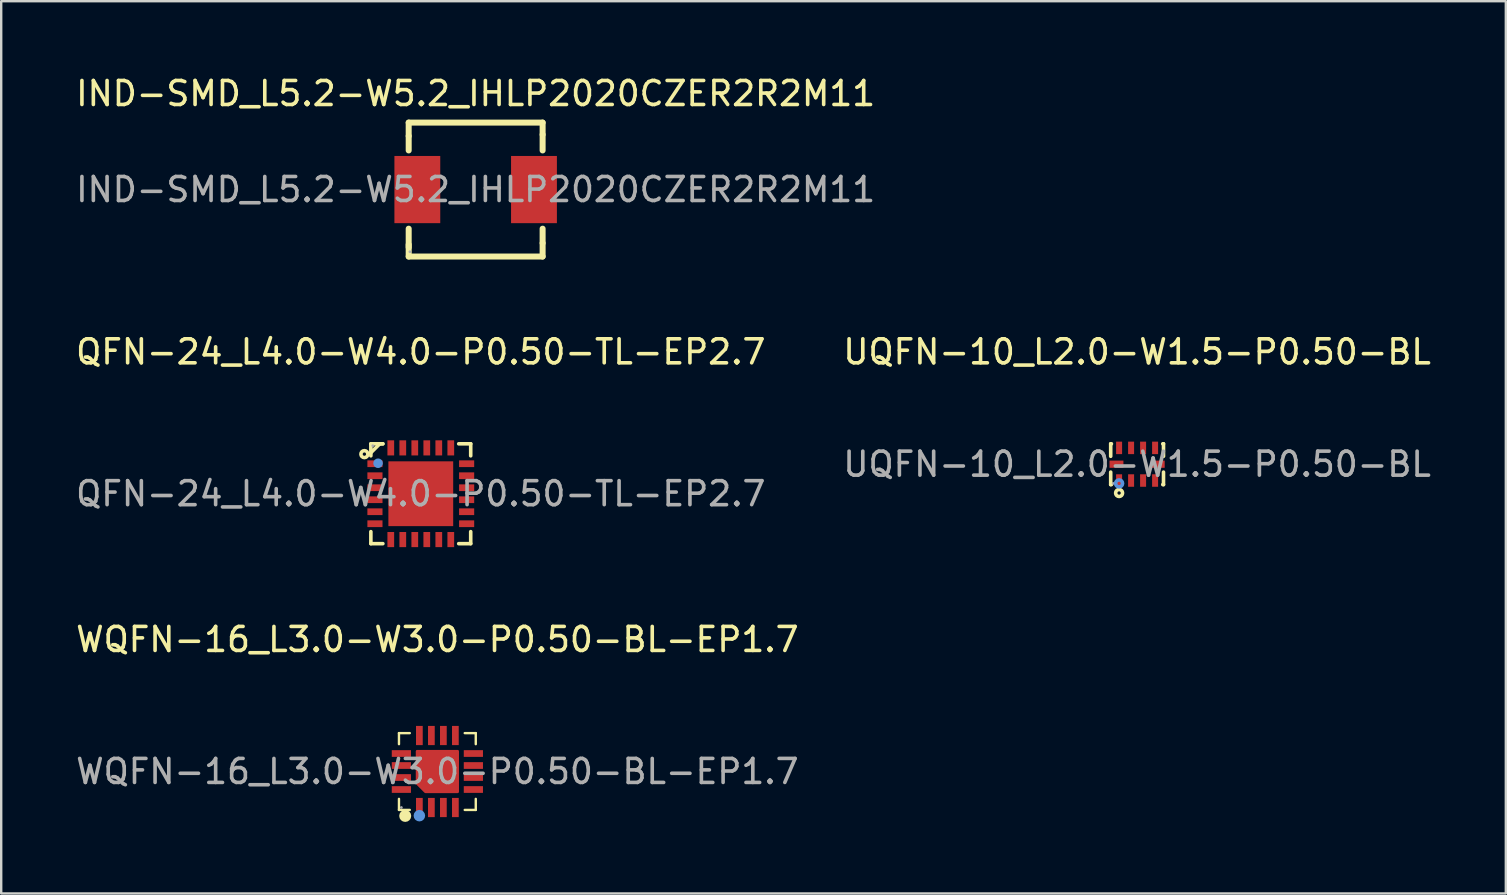
<source format=kicad_pcb>
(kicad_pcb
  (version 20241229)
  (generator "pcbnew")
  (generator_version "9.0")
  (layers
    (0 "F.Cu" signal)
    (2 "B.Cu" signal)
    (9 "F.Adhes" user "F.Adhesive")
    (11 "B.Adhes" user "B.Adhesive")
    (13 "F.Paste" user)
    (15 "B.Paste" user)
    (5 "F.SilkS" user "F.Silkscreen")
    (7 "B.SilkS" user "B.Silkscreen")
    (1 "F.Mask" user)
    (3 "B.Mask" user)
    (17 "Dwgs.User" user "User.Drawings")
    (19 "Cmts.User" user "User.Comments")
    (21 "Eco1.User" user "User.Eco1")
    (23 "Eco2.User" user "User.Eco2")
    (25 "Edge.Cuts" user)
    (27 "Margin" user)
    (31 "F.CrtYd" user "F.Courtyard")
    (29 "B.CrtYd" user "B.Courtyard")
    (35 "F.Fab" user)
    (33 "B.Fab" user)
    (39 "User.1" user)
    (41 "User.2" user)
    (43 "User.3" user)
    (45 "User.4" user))
  (footprint "QFN-24_L4.0-W4.0-P0.50-TL-EP2.7"
    (layer "F.Cu")
    (at 14.482 17.521)
    (property "Reference" "QFN-24_L4.0-W4.0-P0.50-TL-EP2.7" (at 0 -5.91 0) (layer "F.SilkS") (effects (font (size 1 1) (thickness 0.15))))
    (attr smd)
    (fp_line (start -2.08 -2.08) (end -2.08 -1.58) (stroke (width 0.15) (type solid)) (layer "F.SilkS"))
    (fp_line (start -2.08 2.08) (end -2.08 1.58) (stroke (width 0.15) (type solid)) (layer "F.SilkS"))
    (fp_line (start -1.71 -2.08) (end -2.08 -1.71) (stroke (width 0.15) (type solid)) (layer "F.SilkS"))
    (fp_line (start -1.58 -2.08) (end -2.08 -2.08) (stroke (width 0.15) (type solid)) (layer "F.SilkS"))
    (fp_line (start -1.58 -2.08) (end -1.71 -2.08) (stroke (width 0.15) (type solid)) (layer "F.SilkS"))
    (fp_line (start -1.58 2.08) (end -2.08 2.08) (stroke (width 0.15) (type solid)) (layer "F.SilkS"))
    (fp_line (start 1.58 -2.08) (end 2.08 -2.08) (stroke (width 0.15) (type solid)) (layer "F.SilkS"))
    (fp_line (start 1.58 2.08) (end 2.08 2.08) (stroke (width 0.15) (type solid)) (layer "F.SilkS"))
    (fp_line (start 2.08 -2.08) (end 2.08 -1.58) (stroke (width 0.15) (type solid)) (layer "F.SilkS"))
    (fp_line (start 2.08 2.08) (end 2.08 1.58) (stroke (width 0.15) (type solid)) (layer "F.SilkS"))
    (fp_circle (center -2.35 -1.65) (end -2.28 -1.65) (stroke (width 0.15) (type solid)) (fill no) (layer "F.SilkS"))
    (fp_circle (center -1.78 -1.27) (end -1.68 -1.27) (stroke (width 0.2) (type solid)) (fill no) (layer "Cmts.User"))
    (fp_circle (center -2 -2) (end -1.97 -2) (stroke (width 0.06) (type solid)) (fill no) (layer "F.Fab"))
    (fp_text user "${REFERENCE}" (at 0 0 0) (layer "F.Fab") (effects (font (size 1 1) (thickness 0.15))))
    (pad "1" smd rect (at -1.91 -1.25) (size 0.63 0.28) (layers "F.Cu" "F.Mask" "F.Paste"))
    (pad "2" smd rect (at -1.91 -0.75) (size 0.63 0.28) (layers "F.Cu" "F.Mask" "F.Paste"))
    (pad "3" smd rect (at -1.91 -0.25) (size 0.63 0.28) (layers "F.Cu" "F.Mask" "F.Paste"))
    (pad "4" smd rect (at -1.91 0.25) (size 0.63 0.28) (layers "F.Cu" "F.Mask" "F.Paste"))
    (pad "5" smd rect (at -1.91 0.75) (size 0.63 0.28) (layers "F.Cu" "F.Mask" "F.Paste"))
    (pad "6" smd rect (at -1.91 1.25) (size 0.63 0.28) (layers "F.Cu" "F.Mask" "F.Paste"))
    (pad "7" smd rect (at -1.25 1.91) (size 0.28 0.63) (layers "F.Cu" "F.Mask" "F.Paste"))
    (pad "8" smd rect (at -0.75 1.91) (size 0.28 0.63) (layers "F.Cu" "F.Mask" "F.Paste"))
    (pad "9" smd rect (at -0.25 1.91) (size 0.28 0.63) (layers "F.Cu" "F.Mask" "F.Paste"))
    (pad "10" smd rect (at 0.25 1.91) (size 0.28 0.63) (layers "F.Cu" "F.Mask" "F.Paste"))
    (pad "11" smd rect (at 0.75 1.91) (size 0.28 0.63) (layers "F.Cu" "F.Mask" "F.Paste"))
    (pad "12" smd rect (at 1.25 1.91) (size 0.28 0.63) (layers "F.Cu" "F.Mask" "F.Paste"))
    (pad "13" smd rect (at 1.91 1.25) (size 0.63 0.28) (layers "F.Cu" "F.Mask" "F.Paste"))
    (pad "14" smd rect (at 1.91 0.75) (size 0.63 0.28) (layers "F.Cu" "F.Mask" "F.Paste"))
    (pad "15" smd rect (at 1.91 0.25) (size 0.63 0.28) (layers "F.Cu" "F.Mask" "F.Paste"))
    (pad "16" smd rect (at 1.91 -0.25) (size 0.63 0.28) (layers "F.Cu" "F.Mask" "F.Paste"))
    (pad "17" smd rect (at 1.91 -0.75) (size 0.63 0.28) (layers "F.Cu" "F.Mask" "F.Paste"))
    (pad "18" smd rect (at 1.91 -1.25) (size 0.63 0.28) (layers "F.Cu" "F.Mask" "F.Paste"))
    (pad "19" smd rect (at 1.25 -1.91) (size 0.28 0.63) (layers "F.Cu" "F.Mask" "F.Paste"))
    (pad "20" smd rect (at 0.75 -1.91) (size 0.28 0.63) (layers "F.Cu" "F.Mask" "F.Paste"))
    (pad "21" smd rect (at 0.25 -1.91) (size 0.28 0.63) (layers "F.Cu" "F.Mask" "F.Paste"))
    (pad "22" smd rect (at -0.25 -1.91) (size 0.28 0.63) (layers "F.Cu" "F.Mask" "F.Paste"))
    (pad "23" smd rect (at -0.75 -1.91) (size 0.28 0.63) (layers "F.Cu" "F.Mask" "F.Paste"))
    (pad "24" smd rect (at -1.25 -1.91) (size 0.28 0.63) (layers "F.Cu" "F.Mask" "F.Paste"))
    (pad "25" smd rect (at 0 0) (size 2.7 2.7) (layers "F.Cu" "F.Mask" "F.Paste")))
  (footprint "WQFN-16_L3.0-W3.0-P0.50-BL-EP1.7"
    (layer "F.Cu")
    (at 15.173 29.095)
    (property "Reference" "WQFN-16_L3.0-W3.0-P0.50-BL-EP1.7" (at 0 -5.5 0) (layer "F.SilkS") (effects (font (size 1 1) (thickness 0.15))))
    (attr smd)
    (fp_line (start -1.6 -1.6) (end -1.6 -1.14) (stroke (width 0.1) (type solid)) (layer "F.SilkS"))
    (fp_line (start -1.6 -1.6) (end -1.15 -1.6) (stroke (width 0.1) (type solid)) (layer "F.SilkS"))
    (fp_line (start -1.6 1.14) (end -1.6 1.6) (stroke (width 0.1) (type solid)) (layer "F.SilkS"))
    (fp_line (start -1.6 1.6) (end -1.15 1.6) (stroke (width 0.1) (type solid)) (layer "F.SilkS"))
    (fp_line (start 1.14 -1.6) (end 1.6 -1.6) (stroke (width 0.1) (type solid)) (layer "F.SilkS"))
    (fp_line (start 1.14 1.6) (end 1.6 1.6) (stroke (width 0.1) (type solid)) (layer "F.SilkS"))
    (fp_line (start 1.6 -1.14) (end 1.6 -1.6) (stroke (width 0.1) (type solid)) (layer "F.SilkS"))
    (fp_line (start 1.6 1.6) (end 1.6 1.14) (stroke (width 0.1) (type solid)) (layer "F.SilkS"))
    (fp_arc (start -1.34 1.85) (mid -1.34 1.85) (end -1.34 1.85) (stroke (width 0.25) (type solid)) (layer "F.SilkS"))
    (fp_circle (center -0.75 1.84) (end -0.63 1.84) (stroke (width 0.24) (type solid)) (fill no) (layer "Cmts.User"))
    (fp_circle (center -1.5 1.5) (end -1.47 1.5) (stroke (width 0.06) (type solid)) (fill no) (layer "F.Fab"))
    (fp_text user "${REFERENCE}" (at 0 0 0) (layer "F.Fab") (effects (font (size 1 1) (thickness 0.15))))
    (pad "1" smd rect (at -0.75 1.5) (size 0.28 0.8) (layers "F.Cu" "F.Mask" "F.Paste"))
    (pad "2" smd rect (at -0.25 1.5) (size 0.28 0.8) (layers "F.Cu" "F.Mask" "F.Paste"))
    (pad "3" smd rect (at 0.25 1.5) (size 0.28 0.8) (layers "F.Cu" "F.Mask" "F.Paste"))
    (pad "4" smd rect (at 0.75 1.5) (size 0.28 0.8) (layers "F.Cu" "F.Mask" "F.Paste"))
    (pad "5" smd rect (at 1.5 0.75) (size 0.8 0.28) (layers "F.Cu" "F.Mask" "F.Paste"))
    (pad "6" smd rect (at 1.5 0.25) (size 0.8 0.28) (layers "F.Cu" "F.Mask" "F.Paste"))
    (pad "7" smd rect (at 1.5 -0.25) (size 0.8 0.28) (layers "F.Cu" "F.Mask" "F.Paste"))
    (pad "8" smd rect (at 1.5 -0.75) (size 0.8 0.28) (layers "F.Cu" "F.Mask" "F.Paste"))
    (pad "9" smd rect (at 0.75 -1.5) (size 0.28 0.8) (layers "F.Cu" "F.Mask" "F.Paste"))
    (pad "10" smd rect (at 0.25 -1.5) (size 0.28 0.8) (layers "F.Cu" "F.Mask" "F.Paste"))
    (pad "11" smd rect (at -0.25 -1.5) (size 0.28 0.8) (layers "F.Cu" "F.Mask" "F.Paste"))
    (pad "12" smd rect (at -0.75 -1.5) (size 0.28 0.8) (layers "F.Cu" "F.Mask" "F.Paste"))
    (pad "13" smd rect (at -1.5 -0.75) (size 0.8 0.28) (layers "F.Cu" "F.Mask" "F.Paste"))
    (pad "14" smd rect (at -1.5 -0.25) (size 0.8 0.28) (layers "F.Cu" "F.Mask" "F.Paste"))
    (pad "15" smd rect (at -1.5 0.25) (size 0.8 0.28) (layers "F.Cu" "F.Mask" "F.Paste"))
    (pad "16" smd rect (at -1.5 0.75) (size 0.8 0.28) (layers "F.Cu" "F.Mask" "F.Paste"))
    (pad "17" smd custom (at 0 0) (size 1 1) (layers "F.Cu" "F.Mask" "F.Paste") (options (anchor circle)) (primitives (gr_poly (pts (xy -0.85 -0.85) (xy 0.85 -0.85) (xy 0.85 0.85) (xy -0.5 0.85) (xy -0.85 0.5)) (width 0.1) (fill yes)))))
  (footprint "IND-SMD_L5.2-W5.2_IHLP2020CZER2R2M11"
    (layer "F.Cu")
    (at 16.768 4.848)
    (property "Reference" "IND-SMD_L5.2-W5.2_IHLP2020CZER2R2M11" (at 0 -4 0) (layer "F.SilkS") (effects (font (size 1 1) (thickness 0.15))))
    (attr smd)
    (fp_line (start -2.79 -2.79) (end 2.79 -2.79) (stroke (width 0.25) (type solid)) (layer "F.SilkS"))
    (fp_line (start -2.79 -2.23) (end -2.79 -2.79) (stroke (width 0.25) (type solid)) (layer "F.SilkS"))
    (fp_line (start -2.79 -1.63) (end -2.79 -2.23) (stroke (width 0.25) (type solid)) (layer "F.SilkS"))
    (fp_line (start -2.79 2.41) (end -2.79 1.63) (stroke (width 0.25) (type solid)) (layer "F.SilkS"))
    (fp_line (start -2.79 2.79) (end -2.79 2.29) (stroke (width 0.25) (type solid)) (layer "F.SilkS"))
    (fp_line (start 2.79 -2.79) (end 2.79 -2.29) (stroke (width 0.25) (type solid)) (layer "F.SilkS"))
    (fp_line (start 2.79 -2.29) (end 2.79 -1.63) (stroke (width 0.25) (type solid)) (layer "F.SilkS"))
    (fp_line (start 2.79 1.63) (end 2.79 2.23) (stroke (width 0.25) (type solid)) (layer "F.SilkS"))
    (fp_line (start 2.79 2.23) (end 2.79 2.79) (stroke (width 0.25) (type solid)) (layer "F.SilkS"))
    (fp_line (start 2.79 2.79) (end -2.79 2.79) (stroke (width 0.25) (type solid)) (layer "F.SilkS"))
    (fp_circle (center -2.74 2.59) (end -2.71 2.59) (stroke (width 0.06) (type solid)) (fill no) (layer "F.Fab"))
    (fp_text user "${REFERENCE}" (at 0 0 0) (layer "F.Fab") (effects (font (size 1 1) (thickness 0.15))))
    (pad "1" smd rect (at -2.43 0) (size 1.91 2.8) (layers "F.Cu" "F.Mask" "F.Paste"))
    (pad "2" smd rect (at 2.43 0) (size 1.91 2.8) (layers "F.Cu" "F.Mask" "F.Paste")))
  (footprint "UQFN-10_L2.0-W1.5-P0.50-BL"
    (layer "F.Cu")
    (at 44.327 16.291)
    (property "Reference" "UQFN-10_L2.0-W1.5-P0.50-BL" (at 0 -4.68 0) (layer "F.SilkS") (effects (font (size 1 1) (thickness 0.15))))
    (attr smd)
    (fp_line (start -1.1 -0.85) (end -1.07 -0.85) (stroke (width 0.15) (type solid)) (layer "F.SilkS"))
    (fp_line (start -1.1 -0.33) (end -1.1 -0.85) (stroke (width 0.15) (type solid)) (layer "F.SilkS"))
    (fp_line (start -1.1 0.85) (end -1.1 0.33) (stroke (width 0.15) (type solid)) (layer "F.SilkS"))
    (fp_line (start -1.07 0.85) (end -1.1 0.85) (stroke (width 0.15) (type solid)) (layer "F.SilkS"))
    (fp_line (start 1.07 -0.85) (end 1.1 -0.85) (stroke (width 0.15) (type solid)) (layer "F.SilkS"))
    (fp_line (start 1.1 -0.85) (end 1.1 -0.33) (stroke (width 0.15) (type solid)) (layer "F.SilkS"))
    (fp_line (start 1.1 0.33) (end 1.1 0.85) (stroke (width 0.15) (type solid)) (layer "F.SilkS"))
    (fp_line (start 1.1 0.85) (end 1.07 0.85) (stroke (width 0.15) (type solid)) (layer "F.SilkS"))
    (fp_circle (center -0.75 1.2) (end -0.68 1.2) (stroke (width 0.15) (type solid)) (fill no) (layer "F.SilkS"))
    (fp_circle (center -0.75 0.8) (end -0.68 0.8) (stroke (width 0.15) (type solid)) (fill no) (layer "Cmts.User"))
    (fp_circle (center -1 0.8) (end -0.97 0.8) (stroke (width 0.06) (type solid)) (fill no) (layer "F.Fab"))
    (fp_text user "${REFERENCE}" (at 0 0 0) (layer "F.Fab") (effects (font (size 1 1) (thickness 0.15))))
    (pad "1" smd rect (at -0.75 0.68) (size 0.25 0.52) (layers "F.Cu" "F.Mask" "F.Paste"))
    (pad "2" smd rect (at -0.25 0.68) (size 0.25 0.52) (layers "F.Cu" "F.Mask" "F.Paste"))
    (pad "3" smd rect (at 0.25 0.68) (size 0.25 0.52) (layers "F.Cu" "F.Mask" "F.Paste"))
    (pad "4" smd rect (at 0.75 0.68) (size 0.25 0.52) (layers "F.Cu" "F.Mask" "F.Paste"))
    (pad "5" smd rect (at 0.86 0) (size 0.58 0.3) (layers "F.Cu" "F.Mask" "F.Paste"))
    (pad "6" smd rect (at 0.75 -0.68) (size 0.25 0.52) (layers "F.Cu" "F.Mask" "F.Paste"))
    (pad "7" smd rect (at 0.25 -0.68) (size 0.25 0.52) (layers "F.Cu" "F.Mask" "F.Paste"))
    (pad "8" smd rect (at -0.25 -0.68) (size 0.25 0.52) (layers "F.Cu" "F.Mask" "F.Paste"))
    (pad "9" smd rect (at -0.75 -0.68) (size 0.25 0.52) (layers "F.Cu" "F.Mask" "F.Paste"))
    (pad "10" smd rect (at -0.86 0) (size 0.58 0.3) (layers "F.Cu" "F.Mask" "F.Paste")))
  (gr_rect
    (start -3 -3)
    (end 59.69 34.175)
    (stroke (width 0.1) (type default))
    (fill no)
    (layer "Edge.Cuts")))
</source>
